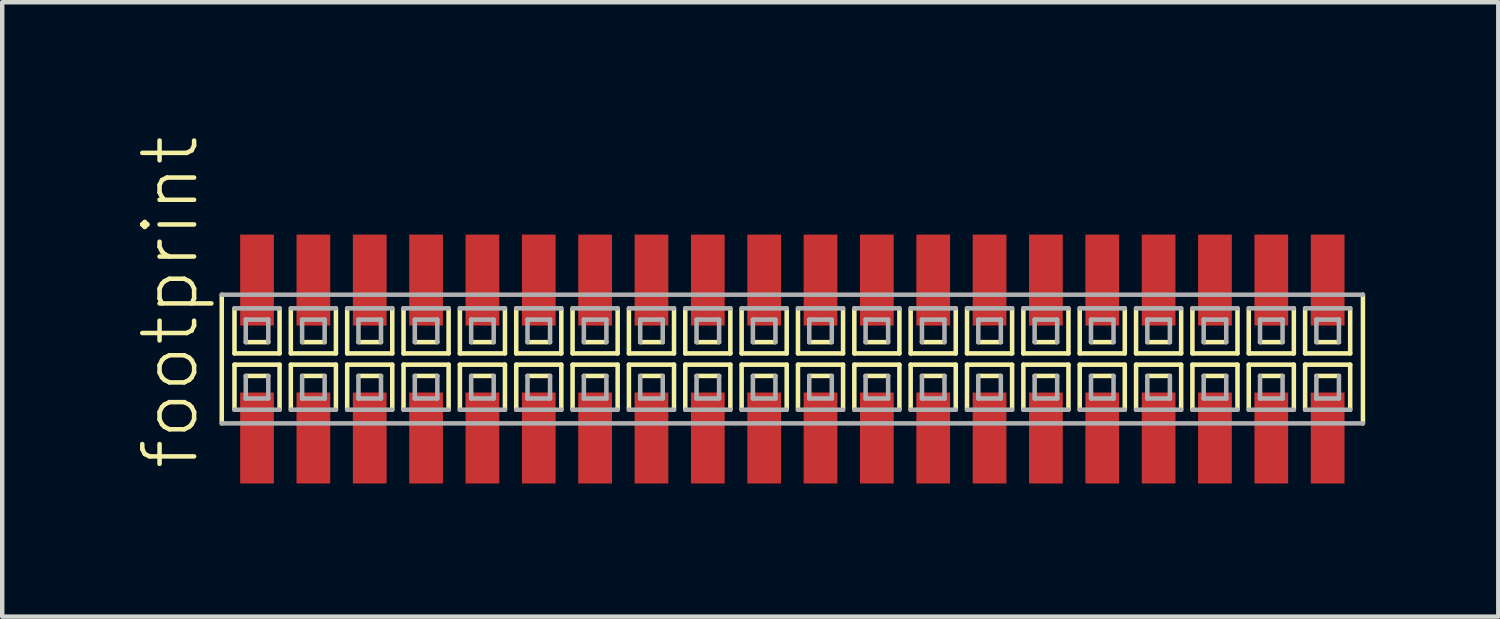
<source format=kicad_pcb>
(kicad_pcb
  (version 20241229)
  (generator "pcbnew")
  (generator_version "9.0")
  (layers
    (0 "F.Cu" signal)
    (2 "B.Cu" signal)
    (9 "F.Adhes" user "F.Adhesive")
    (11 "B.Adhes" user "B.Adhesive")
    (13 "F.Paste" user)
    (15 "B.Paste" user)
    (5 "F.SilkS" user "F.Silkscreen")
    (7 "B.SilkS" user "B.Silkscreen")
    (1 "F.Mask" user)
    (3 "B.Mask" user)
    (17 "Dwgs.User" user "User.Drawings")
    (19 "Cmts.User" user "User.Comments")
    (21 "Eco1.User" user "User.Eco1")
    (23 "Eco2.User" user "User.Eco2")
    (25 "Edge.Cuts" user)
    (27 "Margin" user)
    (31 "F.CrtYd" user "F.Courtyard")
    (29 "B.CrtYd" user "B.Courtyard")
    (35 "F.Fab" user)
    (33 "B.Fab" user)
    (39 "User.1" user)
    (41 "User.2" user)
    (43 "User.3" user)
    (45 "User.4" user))
  (footprint "footprint"
    (layer "F.Cu")
    (at 14.808 5.042)
    (property "Reference" "footprint" (at -13.335 2.54 90) (layer "F.SilkS") (effects (font (size 1.168 1.168) (thickness 0.102)) (justify left bottom)))
    (fp_line (start -12.86 -1.45) (end -12.86 1.45) (stroke (width 0.102) (type solid)) (layer "F.SilkS"))
    (fp_line (start -12.573 -1.143) (end -12.573 -0.127) (stroke (width 0.102) (type solid)) (layer "F.SilkS"))
    (fp_line (start -12.573 -0.127) (end -11.557 -0.127) (stroke (width 0.102) (type solid)) (layer "F.SilkS"))
    (fp_line (start -12.573 0.127) (end -12.573 1.143) (stroke (width 0.102) (type solid)) (layer "F.SilkS"))
    (fp_line (start -12.319 -0.381) (end -11.811 -0.381) (stroke (width 0.102) (type solid)) (layer "F.SilkS"))
    (fp_line (start -11.811 0.381) (end -12.319 0.381) (stroke (width 0.102) (type solid)) (layer "F.SilkS"))
    (fp_line (start -11.557 -0.127) (end -11.557 -1.143) (stroke (width 0.102) (type solid)) (layer "F.SilkS"))
    (fp_line (start -11.557 0.127) (end -12.573 0.127) (stroke (width 0.102) (type solid)) (layer "F.SilkS"))
    (fp_line (start -11.557 1.143) (end -11.557 0.127) (stroke (width 0.102) (type solid)) (layer "F.SilkS"))
    (fp_line (start -11.303 -1.143) (end -11.303 -0.127) (stroke (width 0.102) (type solid)) (layer "F.SilkS"))
    (fp_line (start -11.303 -0.127) (end -10.287 -0.127) (stroke (width 0.102) (type solid)) (layer "F.SilkS"))
    (fp_line (start -11.303 0.127) (end -11.303 1.143) (stroke (width 0.102) (type solid)) (layer "F.SilkS"))
    (fp_line (start -11.049 -0.381) (end -10.541 -0.381) (stroke (width 0.102) (type solid)) (layer "F.SilkS"))
    (fp_line (start -10.541 0.381) (end -11.049 0.381) (stroke (width 0.102) (type solid)) (layer "F.SilkS"))
    (fp_line (start -10.287 -0.127) (end -10.287 -1.143) (stroke (width 0.102) (type solid)) (layer "F.SilkS"))
    (fp_line (start -10.287 0.127) (end -11.303 0.127) (stroke (width 0.102) (type solid)) (layer "F.SilkS"))
    (fp_line (start -10.287 1.143) (end -10.287 0.127) (stroke (width 0.102) (type solid)) (layer "F.SilkS"))
    (fp_line (start -10.033 -1.143) (end -10.033 -0.127) (stroke (width 0.102) (type solid)) (layer "F.SilkS"))
    (fp_line (start -10.033 -0.127) (end -9.017 -0.127) (stroke (width 0.102) (type solid)) (layer "F.SilkS"))
    (fp_line (start -10.033 0.127) (end -10.033 1.143) (stroke (width 0.102) (type solid)) (layer "F.SilkS"))
    (fp_line (start -9.779 -0.381) (end -9.271 -0.381) (stroke (width 0.102) (type solid)) (layer "F.SilkS"))
    (fp_line (start -9.271 0.381) (end -9.779 0.381) (stroke (width 0.102) (type solid)) (layer "F.SilkS"))
    (fp_line (start -9.017 -0.127) (end -9.017 -1.143) (stroke (width 0.102) (type solid)) (layer "F.SilkS"))
    (fp_line (start -9.017 0.127) (end -10.033 0.127) (stroke (width 0.102) (type solid)) (layer "F.SilkS"))
    (fp_line (start -9.017 1.143) (end -9.017 0.127) (stroke (width 0.102) (type solid)) (layer "F.SilkS"))
    (fp_line (start -8.763 -1.143) (end -8.763 -0.127) (stroke (width 0.102) (type solid)) (layer "F.SilkS"))
    (fp_line (start -8.763 -0.127) (end -7.747 -0.127) (stroke (width 0.102) (type solid)) (layer "F.SilkS"))
    (fp_line (start -8.763 0.127) (end -8.763 1.143) (stroke (width 0.102) (type solid)) (layer "F.SilkS"))
    (fp_line (start -8.509 -0.381) (end -8.001 -0.381) (stroke (width 0.102) (type solid)) (layer "F.SilkS"))
    (fp_line (start -8.001 0.381) (end -8.509 0.381) (stroke (width 0.102) (type solid)) (layer "F.SilkS"))
    (fp_line (start -7.747 -0.127) (end -7.747 -1.143) (stroke (width 0.102) (type solid)) (layer "F.SilkS"))
    (fp_line (start -7.747 0.127) (end -8.763 0.127) (stroke (width 0.102) (type solid)) (layer "F.SilkS"))
    (fp_line (start -7.747 1.143) (end -7.747 0.127) (stroke (width 0.102) (type solid)) (layer "F.SilkS"))
    (fp_line (start -7.493 -1.143) (end -7.493 -0.127) (stroke (width 0.102) (type solid)) (layer "F.SilkS"))
    (fp_line (start -7.493 -0.127) (end -6.477 -0.127) (stroke (width 0.102) (type solid)) (layer "F.SilkS"))
    (fp_line (start -7.493 0.127) (end -7.493 1.143) (stroke (width 0.102) (type solid)) (layer "F.SilkS"))
    (fp_line (start -7.239 -0.381) (end -6.731 -0.381) (stroke (width 0.102) (type solid)) (layer "F.SilkS"))
    (fp_line (start -6.731 0.381) (end -7.239 0.381) (stroke (width 0.102) (type solid)) (layer "F.SilkS"))
    (fp_line (start -6.477 -0.127) (end -6.477 -1.143) (stroke (width 0.102) (type solid)) (layer "F.SilkS"))
    (fp_line (start -6.477 0.127) (end -7.493 0.127) (stroke (width 0.102) (type solid)) (layer "F.SilkS"))
    (fp_line (start -6.477 1.143) (end -6.477 0.127) (stroke (width 0.102) (type solid)) (layer "F.SilkS"))
    (fp_line (start -6.223 -1.143) (end -6.223 -0.127) (stroke (width 0.102) (type solid)) (layer "F.SilkS"))
    (fp_line (start -6.223 -0.127) (end -5.207 -0.127) (stroke (width 0.102) (type solid)) (layer "F.SilkS"))
    (fp_line (start -6.223 0.127) (end -6.223 1.143) (stroke (width 0.102) (type solid)) (layer "F.SilkS"))
    (fp_line (start -5.969 -0.381) (end -5.461 -0.381) (stroke (width 0.102) (type solid)) (layer "F.SilkS"))
    (fp_line (start -5.461 0.381) (end -5.969 0.381) (stroke (width 0.102) (type solid)) (layer "F.SilkS"))
    (fp_line (start -5.207 -0.127) (end -5.207 -1.143) (stroke (width 0.102) (type solid)) (layer "F.SilkS"))
    (fp_line (start -5.207 0.127) (end -6.223 0.127) (stroke (width 0.102) (type solid)) (layer "F.SilkS"))
    (fp_line (start -5.207 1.143) (end -5.207 0.127) (stroke (width 0.102) (type solid)) (layer "F.SilkS"))
    (fp_line (start -4.953 -1.143) (end -4.953 -0.127) (stroke (width 0.102) (type solid)) (layer "F.SilkS"))
    (fp_line (start -4.953 -0.127) (end -3.937 -0.127) (stroke (width 0.102) (type solid)) (layer "F.SilkS"))
    (fp_line (start -4.953 0.127) (end -4.953 1.143) (stroke (width 0.102) (type solid)) (layer "F.SilkS"))
    (fp_line (start -4.699 -0.381) (end -4.191 -0.381) (stroke (width 0.102) (type solid)) (layer "F.SilkS"))
    (fp_line (start -4.191 0.381) (end -4.699 0.381) (stroke (width 0.102) (type solid)) (layer "F.SilkS"))
    (fp_line (start -3.937 -0.127) (end -3.937 -1.143) (stroke (width 0.102) (type solid)) (layer "F.SilkS"))
    (fp_line (start -3.937 0.127) (end -4.953 0.127) (stroke (width 0.102) (type solid)) (layer "F.SilkS"))
    (fp_line (start -3.937 1.143) (end -3.937 0.127) (stroke (width 0.102) (type solid)) (layer "F.SilkS"))
    (fp_line (start -3.683 -1.143) (end -3.683 -0.127) (stroke (width 0.102) (type solid)) (layer "F.SilkS"))
    (fp_line (start -3.683 -0.127) (end -2.667 -0.127) (stroke (width 0.102) (type solid)) (layer "F.SilkS"))
    (fp_line (start -3.683 0.127) (end -3.683 1.143) (stroke (width 0.102) (type solid)) (layer "F.SilkS"))
    (fp_line (start -3.429 -0.381) (end -2.921 -0.381) (stroke (width 0.102) (type solid)) (layer "F.SilkS"))
    (fp_line (start -2.921 0.381) (end -3.429 0.381) (stroke (width 0.102) (type solid)) (layer "F.SilkS"))
    (fp_line (start -2.667 -0.127) (end -2.667 -1.143) (stroke (width 0.102) (type solid)) (layer "F.SilkS"))
    (fp_line (start -2.667 0.127) (end -3.683 0.127) (stroke (width 0.102) (type solid)) (layer "F.SilkS"))
    (fp_line (start -2.667 1.143) (end -2.667 0.127) (stroke (width 0.102) (type solid)) (layer "F.SilkS"))
    (fp_line (start -2.413 -1.143) (end -2.413 -0.127) (stroke (width 0.102) (type solid)) (layer "F.SilkS"))
    (fp_line (start -2.413 -0.127) (end -1.397 -0.127) (stroke (width 0.102) (type solid)) (layer "F.SilkS"))
    (fp_line (start -2.413 0.127) (end -2.413 1.143) (stroke (width 0.102) (type solid)) (layer "F.SilkS"))
    (fp_line (start -2.159 -0.381) (end -1.651 -0.381) (stroke (width 0.102) (type solid)) (layer "F.SilkS"))
    (fp_line (start -1.651 0.381) (end -2.159 0.381) (stroke (width 0.102) (type solid)) (layer "F.SilkS"))
    (fp_line (start -1.397 -0.127) (end -1.397 -1.143) (stroke (width 0.102) (type solid)) (layer "F.SilkS"))
    (fp_line (start -1.397 0.127) (end -2.413 0.127) (stroke (width 0.102) (type solid)) (layer "F.SilkS"))
    (fp_line (start -1.397 1.143) (end -1.397 0.127) (stroke (width 0.102) (type solid)) (layer "F.SilkS"))
    (fp_line (start -1.143 -1.143) (end -1.143 -0.127) (stroke (width 0.102) (type solid)) (layer "F.SilkS"))
    (fp_line (start -1.143 -0.127) (end -0.127 -0.127) (stroke (width 0.102) (type solid)) (layer "F.SilkS"))
    (fp_line (start -1.143 0.127) (end -1.143 1.143) (stroke (width 0.102) (type solid)) (layer "F.SilkS"))
    (fp_line (start -0.889 -0.381) (end -0.381 -0.381) (stroke (width 0.102) (type solid)) (layer "F.SilkS"))
    (fp_line (start -0.381 0.381) (end -0.889 0.381) (stroke (width 0.102) (type solid)) (layer "F.SilkS"))
    (fp_line (start -0.127 -0.127) (end -0.127 -1.143) (stroke (width 0.102) (type solid)) (layer "F.SilkS"))
    (fp_line (start -0.127 0.127) (end -1.143 0.127) (stroke (width 0.102) (type solid)) (layer "F.SilkS"))
    (fp_line (start -0.127 1.143) (end -0.127 0.127) (stroke (width 0.102) (type solid)) (layer "F.SilkS"))
    (fp_line (start 0.127 -1.143) (end 0.127 -0.127) (stroke (width 0.102) (type solid)) (layer "F.SilkS"))
    (fp_line (start 0.127 -0.127) (end 1.143 -0.127) (stroke (width 0.102) (type solid)) (layer "F.SilkS"))
    (fp_line (start 0.127 0.127) (end 0.127 1.143) (stroke (width 0.102) (type solid)) (layer "F.SilkS"))
    (fp_line (start 0.381 -0.381) (end 0.889 -0.381) (stroke (width 0.102) (type solid)) (layer "F.SilkS"))
    (fp_line (start 0.889 0.381) (end 0.381 0.381) (stroke (width 0.102) (type solid)) (layer "F.SilkS"))
    (fp_line (start 1.143 -0.127) (end 1.143 -1.143) (stroke (width 0.102) (type solid)) (layer "F.SilkS"))
    (fp_line (start 1.143 0.127) (end 0.127 0.127) (stroke (width 0.102) (type solid)) (layer "F.SilkS"))
    (fp_line (start 1.143 1.143) (end 1.143 0.127) (stroke (width 0.102) (type solid)) (layer "F.SilkS"))
    (fp_line (start 1.397 -1.143) (end 1.397 -0.127) (stroke (width 0.102) (type solid)) (layer "F.SilkS"))
    (fp_line (start 1.397 -0.127) (end 2.413 -0.127) (stroke (width 0.102) (type solid)) (layer "F.SilkS"))
    (fp_line (start 1.397 0.127) (end 1.397 1.143) (stroke (width 0.102) (type solid)) (layer "F.SilkS"))
    (fp_line (start 1.651 -0.381) (end 2.159 -0.381) (stroke (width 0.102) (type solid)) (layer "F.SilkS"))
    (fp_line (start 2.159 0.381) (end 1.651 0.381) (stroke (width 0.102) (type solid)) (layer "F.SilkS"))
    (fp_line (start 2.413 -0.127) (end 2.413 -1.143) (stroke (width 0.102) (type solid)) (layer "F.SilkS"))
    (fp_line (start 2.413 0.127) (end 1.397 0.127) (stroke (width 0.102) (type solid)) (layer "F.SilkS"))
    (fp_line (start 2.413 1.143) (end 2.413 0.127) (stroke (width 0.102) (type solid)) (layer "F.SilkS"))
    (fp_line (start 2.667 -1.143) (end 2.667 -0.127) (stroke (width 0.102) (type solid)) (layer "F.SilkS"))
    (fp_line (start 2.667 -0.127) (end 3.683 -0.127) (stroke (width 0.102) (type solid)) (layer "F.SilkS"))
    (fp_line (start 2.667 0.127) (end 2.667 1.143) (stroke (width 0.102) (type solid)) (layer "F.SilkS"))
    (fp_line (start 2.921 -0.381) (end 3.429 -0.381) (stroke (width 0.102) (type solid)) (layer "F.SilkS"))
    (fp_line (start 3.429 0.381) (end 2.921 0.381) (stroke (width 0.102) (type solid)) (layer "F.SilkS"))
    (fp_line (start 3.683 -0.127) (end 3.683 -1.143) (stroke (width 0.102) (type solid)) (layer "F.SilkS"))
    (fp_line (start 3.683 0.127) (end 2.667 0.127) (stroke (width 0.102) (type solid)) (layer "F.SilkS"))
    (fp_line (start 3.683 1.143) (end 3.683 0.127) (stroke (width 0.102) (type solid)) (layer "F.SilkS"))
    (fp_line (start 3.937 -1.143) (end 3.937 -0.127) (stroke (width 0.102) (type solid)) (layer "F.SilkS"))
    (fp_line (start 3.937 -0.127) (end 4.953 -0.127) (stroke (width 0.102) (type solid)) (layer "F.SilkS"))
    (fp_line (start 3.937 0.127) (end 3.937 1.143) (stroke (width 0.102) (type solid)) (layer "F.SilkS"))
    (fp_line (start 4.191 -0.381) (end 4.699 -0.381) (stroke (width 0.102) (type solid)) (layer "F.SilkS"))
    (fp_line (start 4.699 0.381) (end 4.191 0.381) (stroke (width 0.102) (type solid)) (layer "F.SilkS"))
    (fp_line (start 4.953 -0.127) (end 4.953 -1.143) (stroke (width 0.102) (type solid)) (layer "F.SilkS"))
    (fp_line (start 4.953 0.127) (end 3.937 0.127) (stroke (width 0.102) (type solid)) (layer "F.SilkS"))
    (fp_line (start 4.953 1.143) (end 4.953 0.127) (stroke (width 0.102) (type solid)) (layer "F.SilkS"))
    (fp_line (start 5.207 -1.143) (end 5.207 -0.127) (stroke (width 0.102) (type solid)) (layer "F.SilkS"))
    (fp_line (start 5.207 -0.127) (end 6.223 -0.127) (stroke (width 0.102) (type solid)) (layer "F.SilkS"))
    (fp_line (start 5.207 0.127) (end 5.207 1.143) (stroke (width 0.102) (type solid)) (layer "F.SilkS"))
    (fp_line (start 5.461 -0.381) (end 5.969 -0.381) (stroke (width 0.102) (type solid)) (layer "F.SilkS"))
    (fp_line (start 5.969 0.381) (end 5.461 0.381) (stroke (width 0.102) (type solid)) (layer "F.SilkS"))
    (fp_line (start 6.223 -0.127) (end 6.223 -1.143) (stroke (width 0.102) (type solid)) (layer "F.SilkS"))
    (fp_line (start 6.223 0.127) (end 5.207 0.127) (stroke (width 0.102) (type solid)) (layer "F.SilkS"))
    (fp_line (start 6.223 1.143) (end 6.223 0.127) (stroke (width 0.102) (type solid)) (layer "F.SilkS"))
    (fp_line (start 6.477 -1.143) (end 6.477 -0.127) (stroke (width 0.102) (type solid)) (layer "F.SilkS"))
    (fp_line (start 6.477 -0.127) (end 7.493 -0.127) (stroke (width 0.102) (type solid)) (layer "F.SilkS"))
    (fp_line (start 6.477 0.127) (end 6.477 1.143) (stroke (width 0.102) (type solid)) (layer "F.SilkS"))
    (fp_line (start 6.731 -0.381) (end 7.239 -0.381) (stroke (width 0.102) (type solid)) (layer "F.SilkS"))
    (fp_line (start 7.239 0.381) (end 6.731 0.381) (stroke (width 0.102) (type solid)) (layer "F.SilkS"))
    (fp_line (start 7.493 -0.127) (end 7.493 -1.143) (stroke (width 0.102) (type solid)) (layer "F.SilkS"))
    (fp_line (start 7.493 0.127) (end 6.477 0.127) (stroke (width 0.102) (type solid)) (layer "F.SilkS"))
    (fp_line (start 7.493 1.143) (end 7.493 0.127) (stroke (width 0.102) (type solid)) (layer "F.SilkS"))
    (fp_line (start 7.747 -1.143) (end 7.747 -0.127) (stroke (width 0.102) (type solid)) (layer "F.SilkS"))
    (fp_line (start 7.747 -0.127) (end 8.763 -0.127) (stroke (width 0.102) (type solid)) (layer "F.SilkS"))
    (fp_line (start 7.747 0.127) (end 7.747 1.143) (stroke (width 0.102) (type solid)) (layer "F.SilkS"))
    (fp_line (start 8.001 -0.381) (end 8.509 -0.381) (stroke (width 0.102) (type solid)) (layer "F.SilkS"))
    (fp_line (start 8.509 0.381) (end 8.001 0.381) (stroke (width 0.102) (type solid)) (layer "F.SilkS"))
    (fp_line (start 8.763 -0.127) (end 8.763 -1.143) (stroke (width 0.102) (type solid)) (layer "F.SilkS"))
    (fp_line (start 8.763 0.127) (end 7.747 0.127) (stroke (width 0.102) (type solid)) (layer "F.SilkS"))
    (fp_line (start 8.763 1.143) (end 8.763 0.127) (stroke (width 0.102) (type solid)) (layer "F.SilkS"))
    (fp_line (start 9.017 -1.143) (end 9.017 -0.127) (stroke (width 0.102) (type solid)) (layer "F.SilkS"))
    (fp_line (start 9.017 -0.127) (end 10.033 -0.127) (stroke (width 0.102) (type solid)) (layer "F.SilkS"))
    (fp_line (start 9.017 0.127) (end 9.017 1.143) (stroke (width 0.102) (type solid)) (layer "F.SilkS"))
    (fp_line (start 9.271 -0.381) (end 9.779 -0.381) (stroke (width 0.102) (type solid)) (layer "F.SilkS"))
    (fp_line (start 9.779 0.381) (end 9.271 0.381) (stroke (width 0.102) (type solid)) (layer "F.SilkS"))
    (fp_line (start 10.033 -0.127) (end 10.033 -1.143) (stroke (width 0.102) (type solid)) (layer "F.SilkS"))
    (fp_line (start 10.033 0.127) (end 9.017 0.127) (stroke (width 0.102) (type solid)) (layer "F.SilkS"))
    (fp_line (start 10.033 1.143) (end 10.033 0.127) (stroke (width 0.102) (type solid)) (layer "F.SilkS"))
    (fp_line (start 10.287 -1.143) (end 10.287 -0.127) (stroke (width 0.102) (type solid)) (layer "F.SilkS"))
    (fp_line (start 10.287 -0.127) (end 11.303 -0.127) (stroke (width 0.102) (type solid)) (layer "F.SilkS"))
    (fp_line (start 10.287 0.127) (end 10.287 1.143) (stroke (width 0.102) (type solid)) (layer "F.SilkS"))
    (fp_line (start 10.541 -0.381) (end 11.049 -0.381) (stroke (width 0.102) (type solid)) (layer "F.SilkS"))
    (fp_line (start 11.049 0.381) (end 10.541 0.381) (stroke (width 0.102) (type solid)) (layer "F.SilkS"))
    (fp_line (start 11.303 -0.127) (end 11.303 -1.143) (stroke (width 0.102) (type solid)) (layer "F.SilkS"))
    (fp_line (start 11.303 0.127) (end 10.287 0.127) (stroke (width 0.102) (type solid)) (layer "F.SilkS"))
    (fp_line (start 11.303 1.143) (end 11.303 0.127) (stroke (width 0.102) (type solid)) (layer "F.SilkS"))
    (fp_line (start 11.557 -1.143) (end 11.557 -0.127) (stroke (width 0.102) (type solid)) (layer "F.SilkS"))
    (fp_line (start 11.557 -0.127) (end 12.573 -0.127) (stroke (width 0.102) (type solid)) (layer "F.SilkS"))
    (fp_line (start 11.557 0.127) (end 11.557 1.143) (stroke (width 0.102) (type solid)) (layer "F.SilkS"))
    (fp_line (start 11.811 -0.381) (end 12.319 -0.381) (stroke (width 0.102) (type solid)) (layer "F.SilkS"))
    (fp_line (start 12.319 0.381) (end 11.811 0.381) (stroke (width 0.102) (type solid)) (layer "F.SilkS"))
    (fp_line (start 12.573 -0.127) (end 12.573 -1.143) (stroke (width 0.102) (type solid)) (layer "F.SilkS"))
    (fp_line (start 12.573 0.127) (end 11.557 0.127) (stroke (width 0.102) (type solid)) (layer "F.SilkS"))
    (fp_line (start 12.573 1.143) (end 12.573 0.127) (stroke (width 0.102) (type solid)) (layer "F.SilkS"))
    (fp_line (start 12.86 1.45) (end 12.86 -1.45) (stroke (width 0.102) (type solid)) (layer "F.SilkS"))
    (fp_line (start -12.86 1.45) (end 12.86 1.45) (stroke (width 0.102) (type solid)) (layer "F.Fab"))
    (fp_line (start -12.573 1.143) (end -11.557 1.143) (stroke (width 0.102) (type solid)) (layer "F.Fab"))
    (fp_line (start -12.319 -0.889) (end -12.319 -0.381) (stroke (width 0.102) (type solid)) (layer "F.Fab"))
    (fp_line (start -12.319 0.381) (end -12.319 0.889) (stroke (width 0.102) (type solid)) (layer "F.Fab"))
    (fp_line (start -12.319 0.889) (end -11.811 0.889) (stroke (width 0.102) (type solid)) (layer "F.Fab"))
    (fp_line (start -11.811 -0.889) (end -12.319 -0.889) (stroke (width 0.102) (type solid)) (layer "F.Fab"))
    (fp_line (start -11.811 -0.381) (end -11.811 -0.889) (stroke (width 0.102) (type solid)) (layer "F.Fab"))
    (fp_line (start -11.811 0.889) (end -11.811 0.381) (stroke (width 0.102) (type solid)) (layer "F.Fab"))
    (fp_line (start -11.557 -1.143) (end -12.573 -1.143) (stroke (width 0.102) (type solid)) (layer "F.Fab"))
    (fp_line (start -11.303 1.143) (end -10.287 1.143) (stroke (width 0.102) (type solid)) (layer "F.Fab"))
    (fp_line (start -11.049 -0.889) (end -11.049 -0.381) (stroke (width 0.102) (type solid)) (layer "F.Fab"))
    (fp_line (start -11.049 0.381) (end -11.049 0.889) (stroke (width 0.102) (type solid)) (layer "F.Fab"))
    (fp_line (start -11.049 0.889) (end -10.541 0.889) (stroke (width 0.102) (type solid)) (layer "F.Fab"))
    (fp_line (start -10.541 -0.889) (end -11.049 -0.889) (stroke (width 0.102) (type solid)) (layer "F.Fab"))
    (fp_line (start -10.541 -0.381) (end -10.541 -0.889) (stroke (width 0.102) (type solid)) (layer "F.Fab"))
    (fp_line (start -10.541 0.889) (end -10.541 0.381) (stroke (width 0.102) (type solid)) (layer "F.Fab"))
    (fp_line (start -10.287 -1.143) (end -11.303 -1.143) (stroke (width 0.102) (type solid)) (layer "F.Fab"))
    (fp_line (start -10.033 1.143) (end -9.017 1.143) (stroke (width 0.102) (type solid)) (layer "F.Fab"))
    (fp_line (start -9.779 -0.889) (end -9.779 -0.381) (stroke (width 0.102) (type solid)) (layer "F.Fab"))
    (fp_line (start -9.779 0.381) (end -9.779 0.889) (stroke (width 0.102) (type solid)) (layer "F.Fab"))
    (fp_line (start -9.779 0.889) (end -9.271 0.889) (stroke (width 0.102) (type solid)) (layer "F.Fab"))
    (fp_line (start -9.271 -0.889) (end -9.779 -0.889) (stroke (width 0.102) (type solid)) (layer "F.Fab"))
    (fp_line (start -9.271 -0.381) (end -9.271 -0.889) (stroke (width 0.102) (type solid)) (layer "F.Fab"))
    (fp_line (start -9.271 0.889) (end -9.271 0.381) (stroke (width 0.102) (type solid)) (layer "F.Fab"))
    (fp_line (start -9.017 -1.143) (end -10.033 -1.143) (stroke (width 0.102) (type solid)) (layer "F.Fab"))
    (fp_line (start -8.763 1.143) (end -7.747 1.143) (stroke (width 0.102) (type solid)) (layer "F.Fab"))
    (fp_line (start -8.509 -0.889) (end -8.509 -0.381) (stroke (width 0.102) (type solid)) (layer "F.Fab"))
    (fp_line (start -8.509 0.381) (end -8.509 0.889) (stroke (width 0.102) (type solid)) (layer "F.Fab"))
    (fp_line (start -8.509 0.889) (end -8.001 0.889) (stroke (width 0.102) (type solid)) (layer "F.Fab"))
    (fp_line (start -8.001 -0.889) (end -8.509 -0.889) (stroke (width 0.102) (type solid)) (layer "F.Fab"))
    (fp_line (start -8.001 -0.381) (end -8.001 -0.889) (stroke (width 0.102) (type solid)) (layer "F.Fab"))
    (fp_line (start -8.001 0.889) (end -8.001 0.381) (stroke (width 0.102) (type solid)) (layer "F.Fab"))
    (fp_line (start -7.747 -1.143) (end -8.763 -1.143) (stroke (width 0.102) (type solid)) (layer "F.Fab"))
    (fp_line (start -7.493 1.143) (end -6.477 1.143) (stroke (width 0.102) (type solid)) (layer "F.Fab"))
    (fp_line (start -7.239 -0.889) (end -7.239 -0.381) (stroke (width 0.102) (type solid)) (layer "F.Fab"))
    (fp_line (start -7.239 0.381) (end -7.239 0.889) (stroke (width 0.102) (type solid)) (layer "F.Fab"))
    (fp_line (start -7.239 0.889) (end -6.731 0.889) (stroke (width 0.102) (type solid)) (layer "F.Fab"))
    (fp_line (start -6.731 -0.889) (end -7.239 -0.889) (stroke (width 0.102) (type solid)) (layer "F.Fab"))
    (fp_line (start -6.731 -0.381) (end -6.731 -0.889) (stroke (width 0.102) (type solid)) (layer "F.Fab"))
    (fp_line (start -6.731 0.889) (end -6.731 0.381) (stroke (width 0.102) (type solid)) (layer "F.Fab"))
    (fp_line (start -6.477 -1.143) (end -7.493 -1.143) (stroke (width 0.102) (type solid)) (layer "F.Fab"))
    (fp_line (start -6.223 1.143) (end -5.207 1.143) (stroke (width 0.102) (type solid)) (layer "F.Fab"))
    (fp_line (start -5.969 -0.889) (end -5.969 -0.381) (stroke (width 0.102) (type solid)) (layer "F.Fab"))
    (fp_line (start -5.969 0.381) (end -5.969 0.889) (stroke (width 0.102) (type solid)) (layer "F.Fab"))
    (fp_line (start -5.969 0.889) (end -5.461 0.889) (stroke (width 0.102) (type solid)) (layer "F.Fab"))
    (fp_line (start -5.461 -0.889) (end -5.969 -0.889) (stroke (width 0.102) (type solid)) (layer "F.Fab"))
    (fp_line (start -5.461 -0.381) (end -5.461 -0.889) (stroke (width 0.102) (type solid)) (layer "F.Fab"))
    (fp_line (start -5.461 0.889) (end -5.461 0.381) (stroke (width 0.102) (type solid)) (layer "F.Fab"))
    (fp_line (start -5.207 -1.143) (end -6.223 -1.143) (stroke (width 0.102) (type solid)) (layer "F.Fab"))
    (fp_line (start -4.953 1.143) (end -3.937 1.143) (stroke (width 0.102) (type solid)) (layer "F.Fab"))
    (fp_line (start -4.699 -0.889) (end -4.699 -0.381) (stroke (width 0.102) (type solid)) (layer "F.Fab"))
    (fp_line (start -4.699 0.381) (end -4.699 0.889) (stroke (width 0.102) (type solid)) (layer "F.Fab"))
    (fp_line (start -4.699 0.889) (end -4.191 0.889) (stroke (width 0.102) (type solid)) (layer "F.Fab"))
    (fp_line (start -4.191 -0.889) (end -4.699 -0.889) (stroke (width 0.102) (type solid)) (layer "F.Fab"))
    (fp_line (start -4.191 -0.381) (end -4.191 -0.889) (stroke (width 0.102) (type solid)) (layer "F.Fab"))
    (fp_line (start -4.191 0.889) (end -4.191 0.381) (stroke (width 0.102) (type solid)) (layer "F.Fab"))
    (fp_line (start -3.937 -1.143) (end -4.953 -1.143) (stroke (width 0.102) (type solid)) (layer "F.Fab"))
    (fp_line (start -3.683 1.143) (end -2.667 1.143) (stroke (width 0.102) (type solid)) (layer "F.Fab"))
    (fp_line (start -3.429 -0.889) (end -3.429 -0.381) (stroke (width 0.102) (type solid)) (layer "F.Fab"))
    (fp_line (start -3.429 0.381) (end -3.429 0.889) (stroke (width 0.102) (type solid)) (layer "F.Fab"))
    (fp_line (start -3.429 0.889) (end -2.921 0.889) (stroke (width 0.102) (type solid)) (layer "F.Fab"))
    (fp_line (start -2.921 -0.889) (end -3.429 -0.889) (stroke (width 0.102) (type solid)) (layer "F.Fab"))
    (fp_line (start -2.921 -0.381) (end -2.921 -0.889) (stroke (width 0.102) (type solid)) (layer "F.Fab"))
    (fp_line (start -2.921 0.889) (end -2.921 0.381) (stroke (width 0.102) (type solid)) (layer "F.Fab"))
    (fp_line (start -2.667 -1.143) (end -3.683 -1.143) (stroke (width 0.102) (type solid)) (layer "F.Fab"))
    (fp_line (start -2.413 1.143) (end -1.397 1.143) (stroke (width 0.102) (type solid)) (layer "F.Fab"))
    (fp_line (start -2.159 -0.889) (end -2.159 -0.381) (stroke (width 0.102) (type solid)) (layer "F.Fab"))
    (fp_line (start -2.159 0.381) (end -2.159 0.889) (stroke (width 0.102) (type solid)) (layer "F.Fab"))
    (fp_line (start -2.159 0.889) (end -1.651 0.889) (stroke (width 0.102) (type solid)) (layer "F.Fab"))
    (fp_line (start -1.651 -0.889) (end -2.159 -0.889) (stroke (width 0.102) (type solid)) (layer "F.Fab"))
    (fp_line (start -1.651 -0.381) (end -1.651 -0.889) (stroke (width 0.102) (type solid)) (layer "F.Fab"))
    (fp_line (start -1.651 0.889) (end -1.651 0.381) (stroke (width 0.102) (type solid)) (layer "F.Fab"))
    (fp_line (start -1.397 -1.143) (end -2.413 -1.143) (stroke (width 0.102) (type solid)) (layer "F.Fab"))
    (fp_line (start -1.143 1.143) (end -0.127 1.143) (stroke (width 0.102) (type solid)) (layer "F.Fab"))
    (fp_line (start -0.889 -0.889) (end -0.889 -0.381) (stroke (width 0.102) (type solid)) (layer "F.Fab"))
    (fp_line (start -0.889 0.381) (end -0.889 0.889) (stroke (width 0.102) (type solid)) (layer "F.Fab"))
    (fp_line (start -0.889 0.889) (end -0.381 0.889) (stroke (width 0.102) (type solid)) (layer "F.Fab"))
    (fp_line (start -0.381 -0.889) (end -0.889 -0.889) (stroke (width 0.102) (type solid)) (layer "F.Fab"))
    (fp_line (start -0.381 -0.381) (end -0.381 -0.889) (stroke (width 0.102) (type solid)) (layer "F.Fab"))
    (fp_line (start -0.381 0.889) (end -0.381 0.381) (stroke (width 0.102) (type solid)) (layer "F.Fab"))
    (fp_line (start -0.127 -1.143) (end -1.143 -1.143) (stroke (width 0.102) (type solid)) (layer "F.Fab"))
    (fp_line (start 0.127 1.143) (end 1.143 1.143) (stroke (width 0.102) (type solid)) (layer "F.Fab"))
    (fp_line (start 0.381 -0.889) (end 0.381 -0.381) (stroke (width 0.102) (type solid)) (layer "F.Fab"))
    (fp_line (start 0.381 0.381) (end 0.381 0.889) (stroke (width 0.102) (type solid)) (layer "F.Fab"))
    (fp_line (start 0.381 0.889) (end 0.889 0.889) (stroke (width 0.102) (type solid)) (layer "F.Fab"))
    (fp_line (start 0.889 -0.889) (end 0.381 -0.889) (stroke (width 0.102) (type solid)) (layer "F.Fab"))
    (fp_line (start 0.889 -0.381) (end 0.889 -0.889) (stroke (width 0.102) (type solid)) (layer "F.Fab"))
    (fp_line (start 0.889 0.889) (end 0.889 0.381) (stroke (width 0.102) (type solid)) (layer "F.Fab"))
    (fp_line (start 1.143 -1.143) (end 0.127 -1.143) (stroke (width 0.102) (type solid)) (layer "F.Fab"))
    (fp_line (start 1.397 1.143) (end 2.413 1.143) (stroke (width 0.102) (type solid)) (layer "F.Fab"))
    (fp_line (start 1.651 -0.889) (end 1.651 -0.381) (stroke (width 0.102) (type solid)) (layer "F.Fab"))
    (fp_line (start 1.651 0.381) (end 1.651 0.889) (stroke (width 0.102) (type solid)) (layer "F.Fab"))
    (fp_line (start 1.651 0.889) (end 2.159 0.889) (stroke (width 0.102) (type solid)) (layer "F.Fab"))
    (fp_line (start 2.159 -0.889) (end 1.651 -0.889) (stroke (width 0.102) (type solid)) (layer "F.Fab"))
    (fp_line (start 2.159 -0.381) (end 2.159 -0.889) (stroke (width 0.102) (type solid)) (layer "F.Fab"))
    (fp_line (start 2.159 0.889) (end 2.159 0.381) (stroke (width 0.102) (type solid)) (layer "F.Fab"))
    (fp_line (start 2.413 -1.143) (end 1.397 -1.143) (stroke (width 0.102) (type solid)) (layer "F.Fab"))
    (fp_line (start 2.667 1.143) (end 3.683 1.143) (stroke (width 0.102) (type solid)) (layer "F.Fab"))
    (fp_line (start 2.921 -0.889) (end 2.921 -0.381) (stroke (width 0.102) (type solid)) (layer "F.Fab"))
    (fp_line (start 2.921 0.381) (end 2.921 0.889) (stroke (width 0.102) (type solid)) (layer "F.Fab"))
    (fp_line (start 2.921 0.889) (end 3.429 0.889) (stroke (width 0.102) (type solid)) (layer "F.Fab"))
    (fp_line (start 3.429 -0.889) (end 2.921 -0.889) (stroke (width 0.102) (type solid)) (layer "F.Fab"))
    (fp_line (start 3.429 -0.381) (end 3.429 -0.889) (stroke (width 0.102) (type solid)) (layer "F.Fab"))
    (fp_line (start 3.429 0.889) (end 3.429 0.381) (stroke (width 0.102) (type solid)) (layer "F.Fab"))
    (fp_line (start 3.683 -1.143) (end 2.667 -1.143) (stroke (width 0.102) (type solid)) (layer "F.Fab"))
    (fp_line (start 3.937 1.143) (end 4.953 1.143) (stroke (width 0.102) (type solid)) (layer "F.Fab"))
    (fp_line (start 4.191 -0.889) (end 4.191 -0.381) (stroke (width 0.102) (type solid)) (layer "F.Fab"))
    (fp_line (start 4.191 0.381) (end 4.191 0.889) (stroke (width 0.102) (type solid)) (layer "F.Fab"))
    (fp_line (start 4.191 0.889) (end 4.699 0.889) (stroke (width 0.102) (type solid)) (layer "F.Fab"))
    (fp_line (start 4.699 -0.889) (end 4.191 -0.889) (stroke (width 0.102) (type solid)) (layer "F.Fab"))
    (fp_line (start 4.699 -0.381) (end 4.699 -0.889) (stroke (width 0.102) (type solid)) (layer "F.Fab"))
    (fp_line (start 4.699 0.889) (end 4.699 0.381) (stroke (width 0.102) (type solid)) (layer "F.Fab"))
    (fp_line (start 4.953 -1.143) (end 3.937 -1.143) (stroke (width 0.102) (type solid)) (layer "F.Fab"))
    (fp_line (start 5.207 1.143) (end 6.223 1.143) (stroke (width 0.102) (type solid)) (layer "F.Fab"))
    (fp_line (start 5.461 -0.889) (end 5.461 -0.381) (stroke (width 0.102) (type solid)) (layer "F.Fab"))
    (fp_line (start 5.461 0.381) (end 5.461 0.889) (stroke (width 0.102) (type solid)) (layer "F.Fab"))
    (fp_line (start 5.461 0.889) (end 5.969 0.889) (stroke (width 0.102) (type solid)) (layer "F.Fab"))
    (fp_line (start 5.969 -0.889) (end 5.461 -0.889) (stroke (width 0.102) (type solid)) (layer "F.Fab"))
    (fp_line (start 5.969 -0.381) (end 5.969 -0.889) (stroke (width 0.102) (type solid)) (layer "F.Fab"))
    (fp_line (start 5.969 0.889) (end 5.969 0.381) (stroke (width 0.102) (type solid)) (layer "F.Fab"))
    (fp_line (start 6.223 -1.143) (end 5.207 -1.143) (stroke (width 0.102) (type solid)) (layer "F.Fab"))
    (fp_line (start 6.477 1.143) (end 7.493 1.143) (stroke (width 0.102) (type solid)) (layer "F.Fab"))
    (fp_line (start 6.731 -0.889) (end 6.731 -0.381) (stroke (width 0.102) (type solid)) (layer "F.Fab"))
    (fp_line (start 6.731 0.381) (end 6.731 0.889) (stroke (width 0.102) (type solid)) (layer "F.Fab"))
    (fp_line (start 6.731 0.889) (end 7.239 0.889) (stroke (width 0.102) (type solid)) (layer "F.Fab"))
    (fp_line (start 7.239 -0.889) (end 6.731 -0.889) (stroke (width 0.102) (type solid)) (layer "F.Fab"))
    (fp_line (start 7.239 -0.381) (end 7.239 -0.889) (stroke (width 0.102) (type solid)) (layer "F.Fab"))
    (fp_line (start 7.239 0.889) (end 7.239 0.381) (stroke (width 0.102) (type solid)) (layer "F.Fab"))
    (fp_line (start 7.493 -1.143) (end 6.477 -1.143) (stroke (width 0.102) (type solid)) (layer "F.Fab"))
    (fp_line (start 7.747 1.143) (end 8.763 1.143) (stroke (width 0.102) (type solid)) (layer "F.Fab"))
    (fp_line (start 8.001 -0.889) (end 8.001 -0.381) (stroke (width 0.102) (type solid)) (layer "F.Fab"))
    (fp_line (start 8.001 0.381) (end 8.001 0.889) (stroke (width 0.102) (type solid)) (layer "F.Fab"))
    (fp_line (start 8.001 0.889) (end 8.509 0.889) (stroke (width 0.102) (type solid)) (layer "F.Fab"))
    (fp_line (start 8.509 -0.889) (end 8.001 -0.889) (stroke (width 0.102) (type solid)) (layer "F.Fab"))
    (fp_line (start 8.509 -0.381) (end 8.509 -0.889) (stroke (width 0.102) (type solid)) (layer "F.Fab"))
    (fp_line (start 8.509 0.889) (end 8.509 0.381) (stroke (width 0.102) (type solid)) (layer "F.Fab"))
    (fp_line (start 8.763 -1.143) (end 7.747 -1.143) (stroke (width 0.102) (type solid)) (layer "F.Fab"))
    (fp_line (start 9.017 1.143) (end 10.033 1.143) (stroke (width 0.102) (type solid)) (layer "F.Fab"))
    (fp_line (start 9.271 -0.889) (end 9.271 -0.381) (stroke (width 0.102) (type solid)) (layer "F.Fab"))
    (fp_line (start 9.271 0.381) (end 9.271 0.889) (stroke (width 0.102) (type solid)) (layer "F.Fab"))
    (fp_line (start 9.271 0.889) (end 9.779 0.889) (stroke (width 0.102) (type solid)) (layer "F.Fab"))
    (fp_line (start 9.779 -0.889) (end 9.271 -0.889) (stroke (width 0.102) (type solid)) (layer "F.Fab"))
    (fp_line (start 9.779 -0.381) (end 9.779 -0.889) (stroke (width 0.102) (type solid)) (layer "F.Fab"))
    (fp_line (start 9.779 0.889) (end 9.779 0.381) (stroke (width 0.102) (type solid)) (layer "F.Fab"))
    (fp_line (start 10.033 -1.143) (end 9.017 -1.143) (stroke (width 0.102) (type solid)) (layer "F.Fab"))
    (fp_line (start 10.287 1.143) (end 11.303 1.143) (stroke (width 0.102) (type solid)) (layer "F.Fab"))
    (fp_line (start 10.541 -0.889) (end 10.541 -0.381) (stroke (width 0.102) (type solid)) (layer "F.Fab"))
    (fp_line (start 10.541 0.381) (end 10.541 0.889) (stroke (width 0.102) (type solid)) (layer "F.Fab"))
    (fp_line (start 10.541 0.889) (end 11.049 0.889) (stroke (width 0.102) (type solid)) (layer "F.Fab"))
    (fp_line (start 11.049 -0.889) (end 10.541 -0.889) (stroke (width 0.102) (type solid)) (layer "F.Fab"))
    (fp_line (start 11.049 -0.381) (end 11.049 -0.889) (stroke (width 0.102) (type solid)) (layer "F.Fab"))
    (fp_line (start 11.049 0.889) (end 11.049 0.381) (stroke (width 0.102) (type solid)) (layer "F.Fab"))
    (fp_line (start 11.303 -1.143) (end 10.287 -1.143) (stroke (width 0.102) (type solid)) (layer "F.Fab"))
    (fp_line (start 11.557 1.143) (end 12.573 1.143) (stroke (width 0.102) (type solid)) (layer "F.Fab"))
    (fp_line (start 11.811 -0.889) (end 11.811 -0.381) (stroke (width 0.102) (type solid)) (layer "F.Fab"))
    (fp_line (start 11.811 0.381) (end 11.811 0.889) (stroke (width 0.102) (type solid)) (layer "F.Fab"))
    (fp_line (start 11.811 0.889) (end 12.319 0.889) (stroke (width 0.102) (type solid)) (layer "F.Fab"))
    (fp_line (start 12.319 -0.889) (end 11.811 -0.889) (stroke (width 0.102) (type solid)) (layer "F.Fab"))
    (fp_line (start 12.319 -0.381) (end 12.319 -0.889) (stroke (width 0.102) (type solid)) (layer "F.Fab"))
    (fp_line (start 12.319 0.889) (end 12.319 0.381) (stroke (width 0.102) (type solid)) (layer "F.Fab"))
    (fp_line (start 12.573 -1.143) (end 11.557 -1.143) (stroke (width 0.102) (type solid)) (layer "F.Fab"))
    (fp_line (start 12.86 -1.45) (end -12.86 -1.45) (stroke (width 0.102) (type solid)) (layer "F.Fab"))
    (pad "1" smd rect (at -12.065 1.78) (size 0.76 2.05) (layers "F.Cu" "F.Mask" "F.Paste"))
    (pad "2" smd rect (at -12.065 -1.78) (size 0.76 2.05) (layers "F.Cu" "F.Mask" "F.Paste"))
    (pad "3" smd rect (at -10.795 1.78) (size 0.76 2.05) (layers "F.Cu" "F.Mask" "F.Paste"))
    (pad "4" smd rect (at -10.795 -1.78) (size 0.76 2.05) (layers "F.Cu" "F.Mask" "F.Paste"))
    (pad "5" smd rect (at -9.525 1.78) (size 0.76 2.05) (layers "F.Cu" "F.Mask" "F.Paste"))
    (pad "6" smd rect (at -9.525 -1.78) (size 0.76 2.05) (layers "F.Cu" "F.Mask" "F.Paste"))
    (pad "7" smd rect (at -8.255 1.78) (size 0.76 2.05) (layers "F.Cu" "F.Mask" "F.Paste"))
    (pad "8" smd rect (at -8.255 -1.78) (size 0.76 2.05) (layers "F.Cu" "F.Mask" "F.Paste"))
    (pad "9" smd rect (at -6.985 1.78) (size 0.76 2.05) (layers "F.Cu" "F.Mask" "F.Paste"))
    (pad "10" smd rect (at -6.985 -1.78) (size 0.76 2.05) (layers "F.Cu" "F.Mask" "F.Paste"))
    (pad "11" smd rect (at -5.715 1.78) (size 0.76 2.05) (layers "F.Cu" "F.Mask" "F.Paste"))
    (pad "12" smd rect (at -5.715 -1.78) (size 0.76 2.05) (layers "F.Cu" "F.Mask" "F.Paste"))
    (pad "13" smd rect (at -4.445 1.78) (size 0.76 2.05) (layers "F.Cu" "F.Mask" "F.Paste"))
    (pad "14" smd rect (at -4.445 -1.78) (size 0.76 2.05) (layers "F.Cu" "F.Mask" "F.Paste"))
    (pad "15" smd rect (at -3.175 1.78) (size 0.76 2.05) (layers "F.Cu" "F.Mask" "F.Paste"))
    (pad "16" smd rect (at -3.175 -1.78) (size 0.76 2.05) (layers "F.Cu" "F.Mask" "F.Paste"))
    (pad "17" smd rect (at -1.905 1.78) (size 0.76 2.05) (layers "F.Cu" "F.Mask" "F.Paste"))
    (pad "18" smd rect (at -1.905 -1.78) (size 0.76 2.05) (layers "F.Cu" "F.Mask" "F.Paste"))
    (pad "19" smd rect (at -0.635 1.78) (size 0.76 2.05) (layers "F.Cu" "F.Mask" "F.Paste"))
    (pad "20" smd rect (at -0.635 -1.78) (size 0.76 2.05) (layers "F.Cu" "F.Mask" "F.Paste"))
    (pad "21" smd rect (at 0.635 1.78) (size 0.76 2.05) (layers "F.Cu" "F.Mask" "F.Paste"))
    (pad "22" smd rect (at 0.635 -1.78) (size 0.76 2.05) (layers "F.Cu" "F.Mask" "F.Paste"))
    (pad "23" smd rect (at 1.905 1.78) (size 0.76 2.05) (layers "F.Cu" "F.Mask" "F.Paste"))
    (pad "24" smd rect (at 1.905 -1.78) (size 0.76 2.05) (layers "F.Cu" "F.Mask" "F.Paste"))
    (pad "25" smd rect (at 3.175 1.78) (size 0.76 2.05) (layers "F.Cu" "F.Mask" "F.Paste"))
    (pad "26" smd rect (at 3.175 -1.78) (size 0.76 2.05) (layers "F.Cu" "F.Mask" "F.Paste"))
    (pad "27" smd rect (at 4.445 1.78) (size 0.76 2.05) (layers "F.Cu" "F.Mask" "F.Paste"))
    (pad "28" smd rect (at 4.445 -1.78) (size 0.76 2.05) (layers "F.Cu" "F.Mask" "F.Paste"))
    (pad "29" smd rect (at 5.715 1.78) (size 0.76 2.05) (layers "F.Cu" "F.Mask" "F.Paste"))
    (pad "30" smd rect (at 5.715 -1.78) (size 0.76 2.05) (layers "F.Cu" "F.Mask" "F.Paste"))
    (pad "31" smd rect (at 6.985 1.78) (size 0.76 2.05) (layers "F.Cu" "F.Mask" "F.Paste"))
    (pad "32" smd rect (at 6.985 -1.78) (size 0.76 2.05) (layers "F.Cu" "F.Mask" "F.Paste"))
    (pad "33" smd rect (at 8.255 1.78) (size 0.76 2.05) (layers "F.Cu" "F.Mask" "F.Paste"))
    (pad "34" smd rect (at 8.255 -1.78) (size 0.76 2.05) (layers "F.Cu" "F.Mask" "F.Paste"))
    (pad "35" smd rect (at 9.525 1.78) (size 0.76 2.05) (layers "F.Cu" "F.Mask" "F.Paste"))
    (pad "36" smd rect (at 9.525 -1.78) (size 0.76 2.05) (layers "F.Cu" "F.Mask" "F.Paste"))
    (pad "37" smd rect (at 10.795 1.78) (size 0.76 2.05) (layers "F.Cu" "F.Mask" "F.Paste"))
    (pad "38" smd rect (at 10.795 -1.78) (size 0.76 2.05) (layers "F.Cu" "F.Mask" "F.Paste"))
    (pad "39" smd rect (at 12.065 1.78) (size 0.76 2.05) (layers "F.Cu" "F.Mask" "F.Paste"))
    (pad "40" smd rect (at 12.065 -1.78) (size 0.76 2.05) (layers "F.Cu" "F.Mask" "F.Paste")))
  (gr_rect
    (start -3 -3)
    (end 30.719 10.847)
    (stroke (width 0.1) (type default))
    (fill no)
    (layer "Edge.Cuts")))
</source>
